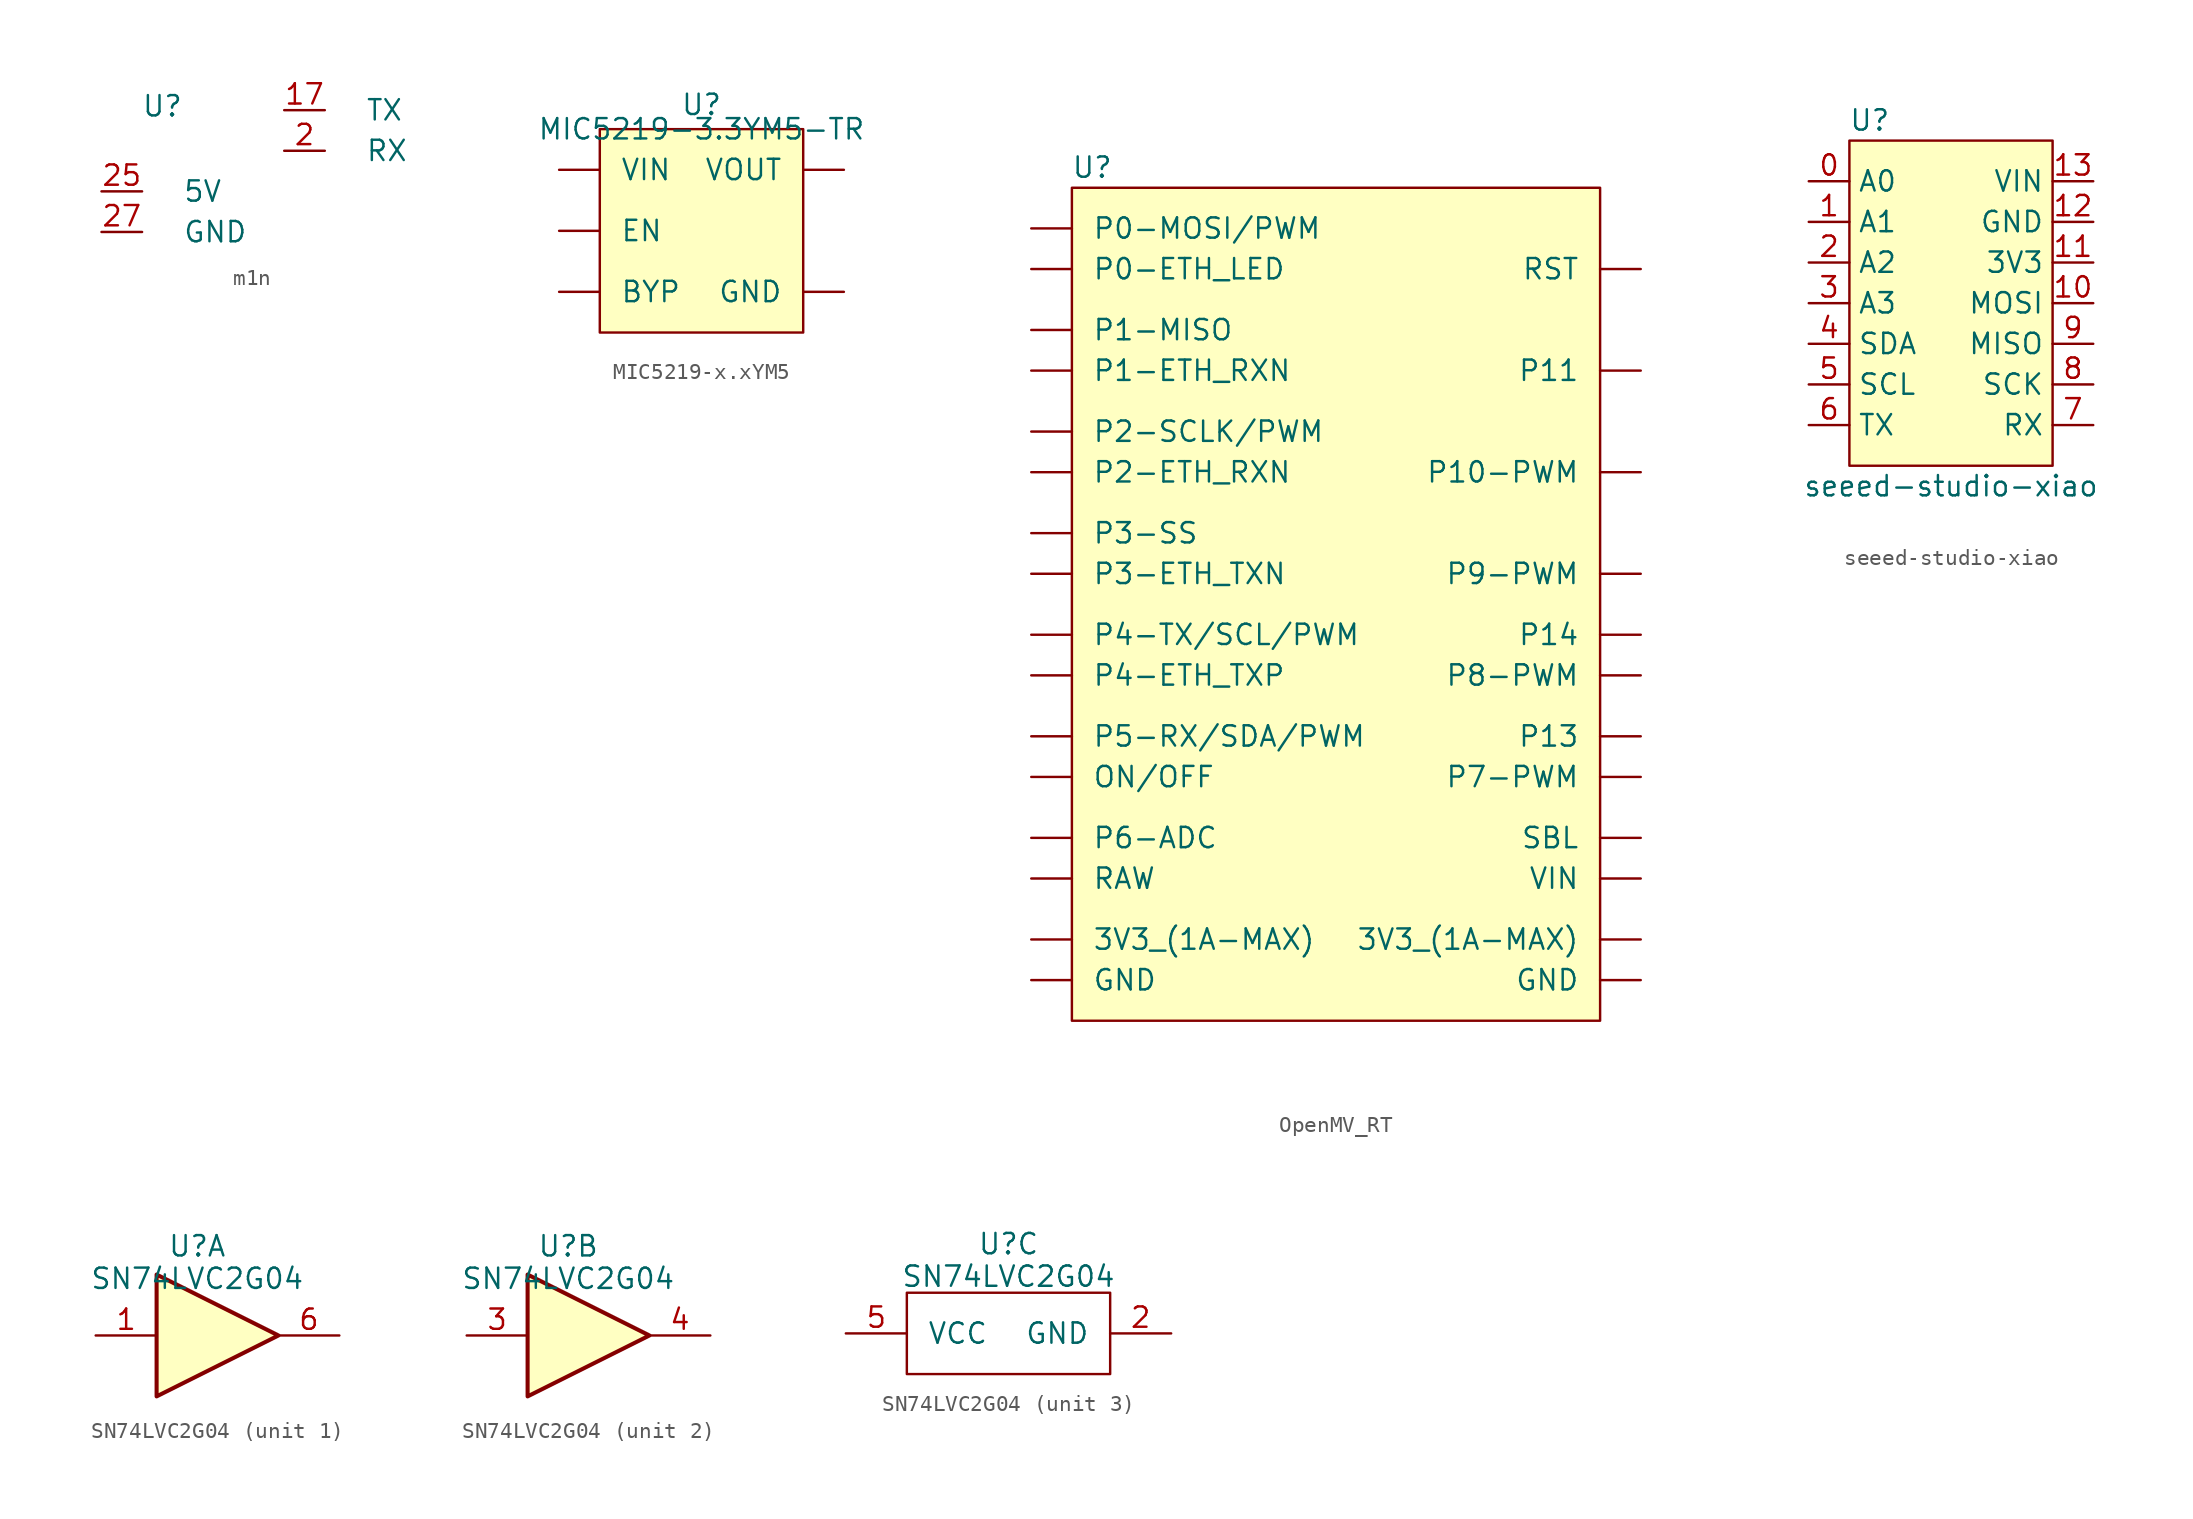
<source format=kicad_sym>
(kicad_symbol_lib
  (version 20231120)
  (generator "kicad_symbol_editor")
  (generator_version "8.0")
  (symbol "m1n"
    (pin_names
      (offset 2.54))
    (property "Reference" "U"
      (at 0 2.794 0)
      (effects (font (size 1.27 1.27))))
    (property "Value" ""
      (at 0 0 0)
      (effects (font (size 1.27 1.27))))
    (symbol "m1n_1_1"
      (pin input line (at 7.62 2.54 0) (length 2.54) (name "TX" (effects (font (size 1.27 1.27)))) (number "17" (effects (font (size 1.27 1.27)))))
      (pin input line (at 7.62 0 0) (length 2.54) (name "RX" (effects (font (size 1.27 1.27)))) (number "2" (effects (font (size 1.27 1.27)))))
      (pin input line (at -3.81 -2.54 0) (length 2.54) (name "5V" (effects (font (size 1.27 1.27)))) (number "25" (effects (font (size 1.27 1.27)))))
      (pin input line (at -3.81 -5.08 0) (length 2.54) (name "GND" (effects (font (size 1.27 1.27)))) (number "27" (effects (font (size 1.27 1.27)))))))
  (symbol "MIC5219-x.xYM5"
    (pin_numbers hide)
    (pin_names
      (offset 1.27))
    (property "Reference" "U"
      (at 0 1.524 0)
      (effects (font (size 1.27 1.27))))
    (property "Value" "MIC5219-3.3YM5-TR "
      (at 0 0 0)
      (effects (font (size 1.27 1.27))))
    (symbol "MIC5219-x.xYM5_1_1"
      (rectangle (start -6.35 0) (end 6.35 -12.7) (stroke (width 0) (type default)) (fill (type background)))
      (pin power_in line (at -8.89 -2.54 0) (length 2.54) (name "VIN" (effects (font (size 1.27 1.27)))) (number "1" (effects (font (size 1.27 1.27)))))
      (pin power_in line (at 8.89 -10.16 180) (length 2.54) (name "GND" (effects (font (size 1.27 1.27)))) (number "2" (effects (font (size 1.27 1.27)))))
      (pin input line (at -8.89 -6.35 0) (length 2.54) (name "EN" (effects (font (size 1.27 1.27)))) (number "3" (effects (font (size 1.27 1.27)))))
      (pin input line (at -8.89 -10.16 0) (length 2.54) (name "BYP" (effects (font (size 1.27 1.27)))) (number "4" (effects (font (size 1.27 1.27)))))
      (pin power_out line (at 8.89 -2.54 180) (length 2.54) (name "VOUT" (effects (font (size 1.27 1.27)))) (number "5" (effects (font (size 1.27 1.27)))))))
  (symbol "OpenMV_RT"
    (pin_numbers hide)
    (pin_names
      (offset 1.27))
    (property "Reference" "U"
      (at -15.24 1.27 0)
      (effects (font (size 1.27 1.27))))
    (property "Value" ""
      (at -2.54 -5.08 0)
      (effects (font (size 1.27 1.27))))
    (symbol "OpenMV_RT_0_0"
      (rectangle (start -16.51 0) (end 16.51 -52.07) (stroke (width 0.152) (type default)) (fill (type background))))
    (symbol "OpenMV_RT_1_1"
      (pin input line (at -19.05 -2.54 0) (length 2.54) (name "P0-MOSI/PWM" (effects (font (size 1.27 1.27)))) (number "0" (effects (font (size 1.27 1.27)))))
      (pin input line (at -19.05 -5.08 0) (length 2.54) (name "P0-ETH_LED" (effects (font (size 1.27 1.27)))) (number "1" (effects (font (size 1.27 1.27)))))
      (pin input line (at -19.05 -34.29 0) (length 2.54) (name "P5-RX/SDA/PWM" (effects (font (size 1.27 1.27)))) (number "10" (effects (font (size 1.27 1.27)))))
      (pin input line (at -19.05 -36.83 0) (length 2.54) (name "ON/OFF" (effects (font (size 1.27 1.27)))) (number "11" (effects (font (size 1.27 1.27)))))
      (pin input line (at -19.05 -40.64 0) (length 2.54) (name "P6-ADC" (effects (font (size 1.27 1.27)))) (number "12" (effects (font (size 1.27 1.27)))))
      (pin input line (at -19.05 -43.18 0) (length 2.54) (name "RAW" (effects (font (size 1.27 1.27)))) (number "13" (effects (font (size 1.27 1.27)))))
      (pin power_out line (at -19.05 -46.99 0) (length 2.54) (name "3V3_(1A-MAX)" (effects (font (size 1.27 1.27)))) (number "14" (effects (font (size 1.27 1.27)))))
      (pin power_in line (at -19.05 -49.53 0) (length 2.54) (name "GND" (effects (font (size 1.27 1.27)))) (number "15" (effects (font (size 1.27 1.27)))))
      (pin input line (at 19.05 -2.54 180) (length 2.54) hide (name "NC" (effects (font (size 1.27 1.27)))) (number "16" (effects (font (size 1.27 1.27)))))
      (pin input line (at 19.05 -5.08 180) (length 2.54) (name "RST" (effects (font (size 1.27 1.27)))) (number "17" (effects (font (size 1.27 1.27)))))
      (pin input line (at 19.05 -8.89 180) (length 2.54) hide (name "NC" (effects (font (size 1.27 1.27)))) (number "18" (effects (font (size 1.27 1.27)))))
      (pin input line (at 19.05 -11.43 180) (length 2.54) (name "P11" (effects (font (size 1.27 1.27)))) (number "19" (effects (font (size 1.27 1.27)))))
      (pin input line (at -19.05 -8.89 0) (length 2.54) (name "P1-MISO" (effects (font (size 1.27 1.27)))) (number "2" (effects (font (size 1.27 1.27)))))
      (pin input line (at 19.05 -15.24 180) (length 2.54) hide (name "NC" (effects (font (size 1.27 1.27)))) (number "20" (effects (font (size 1.27 1.27)))))
      (pin input line (at 19.05 -17.78 180) (length 2.54) (name "P10-PWM" (effects (font (size 1.27 1.27)))) (number "21" (effects (font (size 1.27 1.27)))))
      (pin input line (at 19.05 -21.59 180) (length 2.54) hide (name "NC" (effects (font (size 1.27 1.27)))) (number "22" (effects (font (size 1.27 1.27)))))
      (pin input line (at 19.05 -24.13 180) (length 2.54) (name "P9-PWM" (effects (font (size 1.27 1.27)))) (number "23" (effects (font (size 1.27 1.27)))))
      (pin input line (at 19.05 -27.94 180) (length 2.54) (name "P14" (effects (font (size 1.27 1.27)))) (number "24" (effects (font (size 1.27 1.27)))))
      (pin input line (at 19.05 -30.48 180) (length 2.54) (name "P8-PWM" (effects (font (size 1.27 1.27)))) (number "25" (effects (font (size 1.27 1.27)))))
      (pin input line (at 19.05 -34.29 180) (length 2.54) (name "P13" (effects (font (size 1.27 1.27)))) (number "26" (effects (font (size 1.27 1.27)))))
      (pin input line (at 19.05 -36.83 180) (length 2.54) (name "P7-PWM" (effects (font (size 1.27 1.27)))) (number "27" (effects (font (size 1.27 1.27)))))
      (pin input line (at 19.05 -40.64 180) (length 2.54) (name "SBL" (effects (font (size 1.27 1.27)))) (number "28" (effects (font (size 1.27 1.27)))))
      (pin power_in line (at 19.05 -43.18 180) (length 2.54) (name "VIN" (effects (font (size 1.27 1.27)))) (number "29" (effects (font (size 1.27 1.27)))))
      (pin input line (at -19.05 -11.43 0) (length 2.54) (name "P1-ETH_RXN" (effects (font (size 1.27 1.27)))) (number "3" (effects (font (size 1.27 1.27)))))
      (pin power_out line (at 19.05 -46.99 180) (length 2.54) (name "3V3_(1A-MAX)" (effects (font (size 1.27 1.27)))) (number "30" (effects (font (size 1.27 1.27)))))
      (pin power_in line (at 19.05 -49.53 180) (length 2.54) (name "GND" (effects (font (size 1.27 1.27)))) (number "31" (effects (font (size 1.27 1.27)))))
      (pin input line (at -19.05 -15.24 0) (length 2.54) (name "P2-SCLK/PWM" (effects (font (size 1.27 1.27)))) (number "4" (effects (font (size 1.27 1.27)))))
      (pin input line (at -19.05 -17.78 0) (length 2.54) (name "P2-ETH_RXN" (effects (font (size 1.27 1.27)))) (number "5" (effects (font (size 1.27 1.27)))))
      (pin input line (at -19.05 -21.59 0) (length 2.54) (name "P3-SS" (effects (font (size 1.27 1.27)))) (number "6" (effects (font (size 1.27 1.27)))))
      (pin input line (at -19.05 -24.13 0) (length 2.54) (name "P3-ETH_TXN" (effects (font (size 1.27 1.27)))) (number "7" (effects (font (size 1.27 1.27)))))
      (pin input line (at -19.05 -27.94 0) (length 2.54) (name "P4-TX/SCL/PWM" (effects (font (size 1.27 1.27)))) (number "8" (effects (font (size 1.27 1.27)))))
      (pin input line (at -19.05 -30.48 0) (length 2.54) (name "P4-ETH_TXP" (effects (font (size 1.27 1.27)))) (number "9" (effects (font (size 1.27 1.27)))))))
  (symbol "seeed-studio-xiao"
    (property "Reference" "U"
      (at -5.08 1.27 0)
      (effects (font (size 1.27 1.27))))
    (property "Value" "seeed-studio-xiao"
      (at 0 -21.59 0)
      (effects (font (size 1.27 1.27))))
    (symbol "seeed-studio-xiao_1_1"
      (rectangle (start -6.35 0) (end 6.35 -20.32) (stroke (width 0) (type default)) (fill (type background)))
      (pin input line (at -8.89 -2.54 0) (length 2.54) (name "A0" (effects (font (size 1.27 1.27)))) (number "0" (effects (font (size 1.27 1.27)))))
      (pin input line (at -8.89 -5.08 0) (length 2.54) (name "A1" (effects (font (size 1.27 1.27)))) (number "1" (effects (font (size 1.27 1.27)))))
      (pin bidirectional line (at 8.89 -10.16 180) (length 2.54) (name "MOSI" (effects (font (size 1.27 1.27)))) (number "10" (effects (font (size 1.27 1.27)))))
      (pin bidirectional line (at 8.89 -7.62 180) (length 2.54) (name "3V3" (effects (font (size 1.27 1.27)))) (number "11" (effects (font (size 1.27 1.27)))))
      (pin bidirectional line (at 8.89 -5.08 180) (length 2.54) (name "GND" (effects (font (size 1.27 1.27)))) (number "12" (effects (font (size 1.27 1.27)))))
      (pin bidirectional line (at 8.89 -2.54 180) (length 2.54) (name "VIN" (effects (font (size 1.27 1.27)))) (number "13" (effects (font (size 1.27 1.27)))))
      (pin input line (at -8.89 -7.62 0) (length 2.54) (name "A2" (effects (font (size 1.27 1.27)))) (number "2" (effects (font (size 1.27 1.27)))))
      (pin input line (at -8.89 -10.16 0) (length 2.54) (name "A3" (effects (font (size 1.27 1.27)))) (number "3" (effects (font (size 1.27 1.27)))))
      (pin bidirectional line (at -8.89 -12.7 0) (length 2.54) (name "SDA" (effects (font (size 1.27 1.27)))) (number "4" (effects (font (size 1.27 1.27)))))
      (pin bidirectional line (at -8.89 -15.24 0) (length 2.54) (name "SCL" (effects (font (size 1.27 1.27)))) (number "5" (effects (font (size 1.27 1.27)))))
      (pin bidirectional line (at -8.89 -17.78 0) (length 2.54) (name "TX" (effects (font (size 1.27 1.27)))) (number "6" (effects (font (size 1.27 1.27)))))
      (pin bidirectional line (at 8.89 -17.78 180) (length 2.54) (name "RX" (effects (font (size 1.27 1.27)))) (number "7" (effects (font (size 1.27 1.27)))))
      (pin bidirectional line (at 8.89 -15.24 180) (length 2.54) (name "SCK" (effects (font (size 1.27 1.27)))) (number "8" (effects (font (size 1.27 1.27)))))
      (pin bidirectional line (at 8.89 -12.7 180) (length 2.54) (name "MISO" (effects (font (size 1.27 1.27)))) (number "9" (effects (font (size 1.27 1.27)))))))
  (symbol "SN74LVC2G04"
    (pin_names
      (offset 1.27))
    (property "Reference" "U"
      (at 0 5.588 0)
      (effects (font (size 1.27 1.27))))
    (property "Value" "SN74LVC2G04"
      (at 0 3.556 0)
      (effects (font (size 1.27 1.27))))
    (property "ki_locked" ""
      (at 0 0 0)
      (effects (font (size 1.27 1.27))))
    (symbol "SN74LVC2G04_1_0"
      (polyline (pts (xy -2.54 3.81) (xy -2.54 -3.81) (xy 5.08 0) (xy -2.54 3.81)) (stroke (width 0.254) (type default)) (fill (type background)))
      (pin input line (at -6.35 0 0) (length 3.81) (name "~" (effects (font (size 1.27 1.27)))) (number "1" (effects (font (size 1.27 1.27)))))
      (pin open_collector line (at 8.89 0 180) (length 3.81) (name "~" (effects (font (size 1.27 1.27)))) (number "6" (effects (font (size 1.27 1.27))))))
    (symbol "SN74LVC2G04_2_0"
      (polyline (pts (xy -2.54 3.81) (xy -2.54 -3.81) (xy 5.08 0) (xy -2.54 3.81)) (stroke (width 0.254) (type default)) (fill (type background)))
      (pin input line (at -6.35 0 0) (length 3.81) (name "~" (effects (font (size 1.27 1.27)))) (number "3" (effects (font (size 1.27 1.27)))))
      (pin open_collector line (at 8.89 0 180) (length 3.81) (name "~" (effects (font (size 1.27 1.27)))) (number "4" (effects (font (size 1.27 1.27))))))
    (symbol "SN74LVC2G04_3_0"
      (pin power_in line (at 10.16 0 180) (length 3.81) (name "GND" (effects (font (size 1.27 1.27)))) (number "2" (effects (font (size 1.27 1.27)))))
      (pin power_in line (at -10.16 0 0) (length 3.81) (name "VCC" (effects (font (size 1.27 1.27)))) (number "5" (effects (font (size 1.27 1.27))))))
    (symbol "SN74LVC2G04_3_1"
      (rectangle (start -6.35 2.54) (end 6.35 -2.54) (stroke (width 0) (type default)) (fill (type none))))))
</source>
